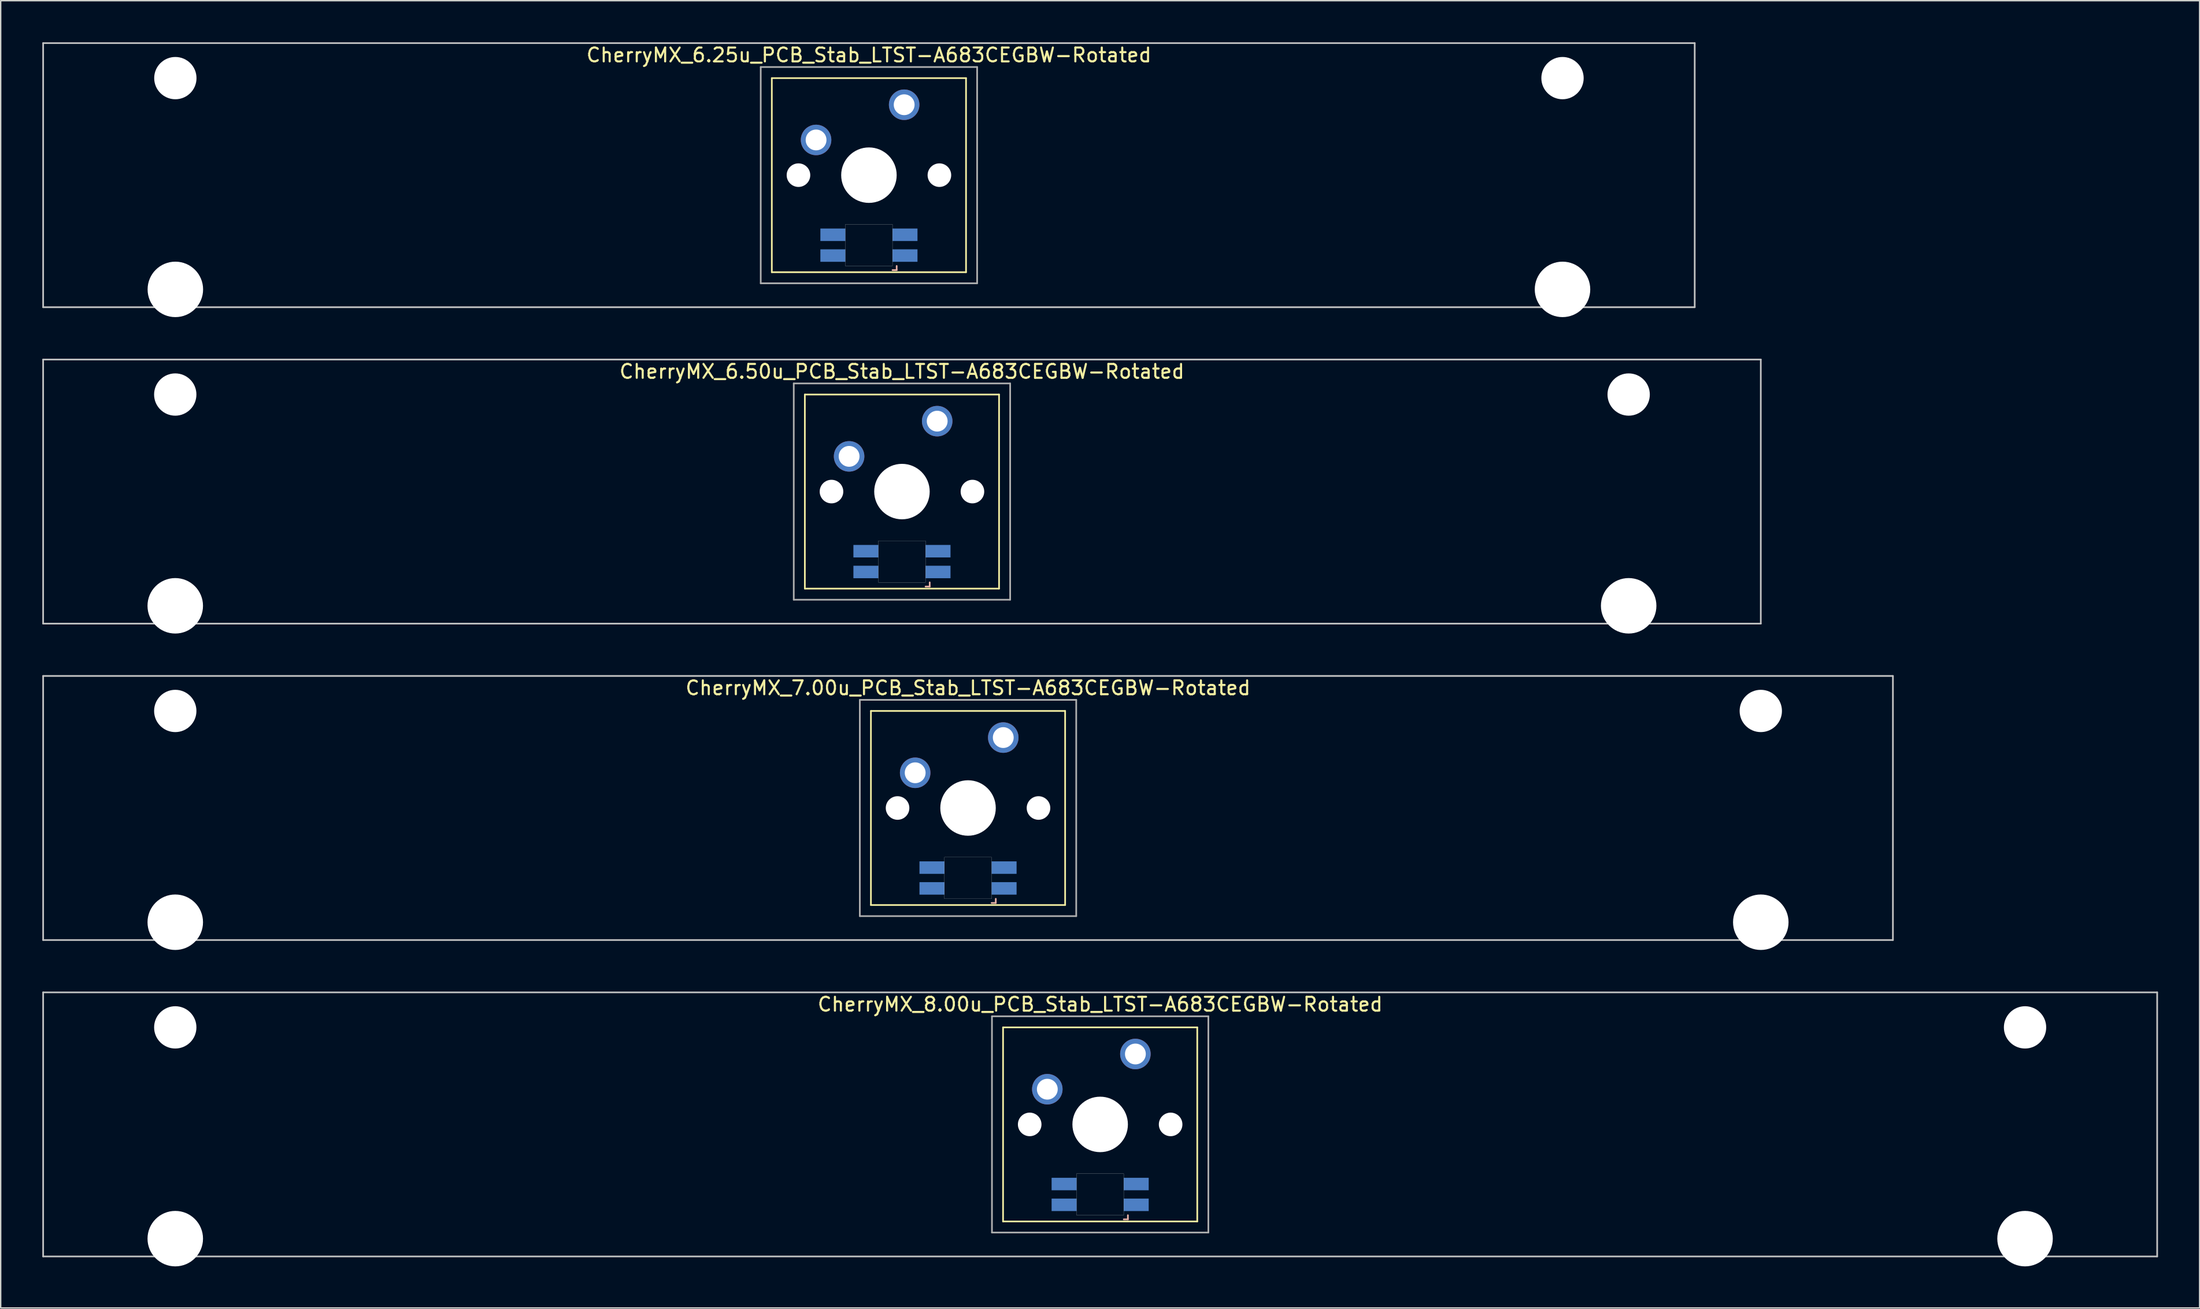
<source format=kicad_pcb>
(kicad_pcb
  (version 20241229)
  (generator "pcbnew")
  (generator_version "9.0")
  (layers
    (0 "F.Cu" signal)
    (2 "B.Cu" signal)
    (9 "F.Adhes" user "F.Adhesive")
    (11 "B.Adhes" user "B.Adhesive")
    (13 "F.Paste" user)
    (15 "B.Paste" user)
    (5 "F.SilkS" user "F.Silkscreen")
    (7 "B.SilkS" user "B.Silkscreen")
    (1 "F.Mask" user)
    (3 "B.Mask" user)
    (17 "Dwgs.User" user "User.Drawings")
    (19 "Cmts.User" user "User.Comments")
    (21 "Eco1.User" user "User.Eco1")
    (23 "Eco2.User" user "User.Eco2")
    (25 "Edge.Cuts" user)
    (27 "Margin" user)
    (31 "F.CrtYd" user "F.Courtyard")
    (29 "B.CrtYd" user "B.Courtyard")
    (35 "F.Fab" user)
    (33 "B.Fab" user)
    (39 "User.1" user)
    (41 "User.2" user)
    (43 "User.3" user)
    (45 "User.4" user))
  (footprint "CherryMX_6.50u_PCB_Stab_LTST-A683CEGBW-Rotated"
    (layer "F.Cu")
    (at 61.972 32.41)
    (property "Reference" "CherryMX_6.50u_PCB_Stab_LTST-A683CEGBW-Rotated" (at 0 -8.662 0) (layer "F.SilkS") (effects (font (size 1 1) (thickness 0.15))))
    (attr through_hole)
    (fp_line (start -7 -7) (end -7 7) (stroke (width 0.12) (type solid)) (layer "F.SilkS"))
    (fp_line (start -7 -7) (end 7 -7) (stroke (width 0.12) (type solid)) (layer "F.SilkS"))
    (fp_line (start 7 -7) (end 7 7) (stroke (width 0.12) (type solid)) (layer "F.SilkS"))
    (fp_line (start 7 7) (end -7 7) (stroke (width 0.12) (type solid)) (layer "F.SilkS"))
    (fp_line (start 1.7 6.85) (end 2 6.85) (stroke (width 0.12) (type solid)) (layer "B.SilkS"))
    (fp_line (start 2 6.85) (end 2 6.55) (stroke (width 0.12) (type solid)) (layer "B.SilkS"))
    (fp_line (start -61.913 -9.525) (end 61.913 -9.525) (stroke (width 0.12) (type solid)) (layer "Dwgs.User"))
    (fp_line (start -61.913 9.525) (end -61.913 -9.525) (stroke (width 0.12) (type solid)) (layer "Dwgs.User"))
    (fp_line (start 61.913 -9.525) (end 61.913 9.525) (stroke (width 0.12) (type solid)) (layer "Dwgs.User"))
    (fp_line (start 61.913 9.525) (end -61.913 9.525) (stroke (width 0.12) (type solid)) (layer "Dwgs.User"))
    (fp_poly (pts (xy -1.7 3.55) (xy 1.7 3.55) (xy 1.7 6.55) (xy -1.7 6.55)) (stroke (width 0.01) (type solid)) (fill no) (layer "Edge.Cuts"))
    (fp_line (start -7.8 -7.8) (end -7.8 7.8) (stroke (width 0.12) (type solid)) (layer "F.Fab"))
    (fp_line (start -7.8 -7.8) (end 7.8 -7.8) (stroke (width 0.12) (type solid)) (layer "F.Fab"))
    (fp_line (start -7.8 7.8) (end 7.8 7.8) (stroke (width 0.12) (type solid)) (layer "F.Fab"))
    (fp_line (start 7.8 -7.8) (end 7.8 7.8) (stroke (width 0.12) (type solid)) (layer "F.Fab"))
    (pad "" np_thru_hole circle (at -52.388 -7) (size 3.05 3.05) (drill 3.05) (layers "*.Cu" "*.Mask"))
    (pad "" np_thru_hole circle (at -52.388 8.24) (size 4 4) (drill 4) (layers "*.Cu" "*.Mask"))
    (pad "" np_thru_hole circle (at -5.08 0) (size 1.7 1.7) (drill 1.7) (layers "*.Cu" "*.Mask"))
    (pad "" np_thru_hole circle (at 0 0) (size 4 4) (drill 4) (layers "*.Cu" "*.Mask"))
    (pad "" np_thru_hole circle (at 5.08 0) (size 1.7 1.7) (drill 1.7) (layers "*.Cu" "*.Mask"))
    (pad "" np_thru_hole circle (at 52.388 -7) (size 3.05 3.05) (drill 3.05) (layers "*.Cu" "*.Mask"))
    (pad "" np_thru_hole circle (at 52.388 8.24) (size 4 4) (drill 4) (layers "*.Cu" "*.Mask"))
    (pad "1" thru_hole circle (at -3.81 -2.54) (size 2.2 2.2) (drill 1.5) (layers "*.Cu" "*.Mask"))
    (pad "2" thru_hole circle (at 2.54 -5.08) (size 2.2 2.2) (drill 1.5) (layers "*.Cu" "*.Mask"))
    (pad "3" smd rect (at 2.6 5.8 180) (size 1.8 0.9) (layers "B.Cu" "B.Mask" "B.Paste"))
    (pad "4" smd rect (at 2.6 4.3 180) (size 1.8 0.9) (layers "B.Cu" "B.Mask" "B.Paste"))
    (pad "5" smd rect (at -2.6 5.8 180) (size 1.8 0.9) (layers "B.Cu" "B.Mask" "B.Paste"))
    (pad "6" smd rect (at -2.6 4.3 180) (size 1.8 0.9) (layers "B.Cu" "B.Mask" "B.Paste")))
  (footprint "CherryMX_7.00u_PCB_Stab_LTST-A683CEGBW-Rotated"
    (layer "F.Cu")
    (at 66.735 55.235)
    (property "Reference" "CherryMX_7.00u_PCB_Stab_LTST-A683CEGBW-Rotated" (at 0 -8.662 0) (layer "F.SilkS") (effects (font (size 1 1) (thickness 0.15))))
    (attr through_hole)
    (fp_line (start -7 -7) (end -7 7) (stroke (width 0.12) (type solid)) (layer "F.SilkS"))
    (fp_line (start -7 -7) (end 7 -7) (stroke (width 0.12) (type solid)) (layer "F.SilkS"))
    (fp_line (start 7 -7) (end 7 7) (stroke (width 0.12) (type solid)) (layer "F.SilkS"))
    (fp_line (start 7 7) (end -7 7) (stroke (width 0.12) (type solid)) (layer "F.SilkS"))
    (fp_line (start 1.7 6.85) (end 2 6.85) (stroke (width 0.12) (type solid)) (layer "B.SilkS"))
    (fp_line (start 2 6.85) (end 2 6.55) (stroke (width 0.12) (type solid)) (layer "B.SilkS"))
    (fp_line (start -66.675 -9.525) (end 66.675 -9.525) (stroke (width 0.12) (type solid)) (layer "Dwgs.User"))
    (fp_line (start -66.675 9.525) (end -66.675 -9.525) (stroke (width 0.12) (type solid)) (layer "Dwgs.User"))
    (fp_line (start 66.675 -9.525) (end 66.675 9.525) (stroke (width 0.12) (type solid)) (layer "Dwgs.User"))
    (fp_line (start 66.675 9.525) (end -66.675 9.525) (stroke (width 0.12) (type solid)) (layer "Dwgs.User"))
    (fp_poly (pts (xy -1.7 3.55) (xy 1.7 3.55) (xy 1.7 6.55) (xy -1.7 6.55)) (stroke (width 0.01) (type solid)) (fill no) (layer "Edge.Cuts"))
    (fp_line (start -7.8 -7.8) (end -7.8 7.8) (stroke (width 0.12) (type solid)) (layer "F.Fab"))
    (fp_line (start -7.8 -7.8) (end 7.8 -7.8) (stroke (width 0.12) (type solid)) (layer "F.Fab"))
    (fp_line (start -7.8 7.8) (end 7.8 7.8) (stroke (width 0.12) (type solid)) (layer "F.Fab"))
    (fp_line (start 7.8 -7.8) (end 7.8 7.8) (stroke (width 0.12) (type solid)) (layer "F.Fab"))
    (pad "" np_thru_hole circle (at -57.15 -7) (size 3.05 3.05) (drill 3.05) (layers "*.Cu" "*.Mask"))
    (pad "" np_thru_hole circle (at -57.15 8.24) (size 4 4) (drill 4) (layers "*.Cu" "*.Mask"))
    (pad "" np_thru_hole circle (at -5.08 0) (size 1.7 1.7) (drill 1.7) (layers "*.Cu" "*.Mask"))
    (pad "" np_thru_hole circle (at 0 0) (size 4 4) (drill 4) (layers "*.Cu" "*.Mask"))
    (pad "" np_thru_hole circle (at 5.08 0) (size 1.7 1.7) (drill 1.7) (layers "*.Cu" "*.Mask"))
    (pad "" np_thru_hole circle (at 57.15 -7) (size 3.05 3.05) (drill 3.05) (layers "*.Cu" "*.Mask"))
    (pad "" np_thru_hole circle (at 57.15 8.24) (size 4 4) (drill 4) (layers "*.Cu" "*.Mask"))
    (pad "1" thru_hole circle (at -3.81 -2.54) (size 2.2 2.2) (drill 1.5) (layers "*.Cu" "*.Mask"))
    (pad "2" thru_hole circle (at 2.54 -5.08) (size 2.2 2.2) (drill 1.5) (layers "*.Cu" "*.Mask"))
    (pad "3" smd rect (at 2.6 5.8 180) (size 1.8 0.9) (layers "B.Cu" "B.Mask" "B.Paste"))
    (pad "4" smd rect (at 2.6 4.3 180) (size 1.8 0.9) (layers "B.Cu" "B.Mask" "B.Paste"))
    (pad "5" smd rect (at -2.6 5.8 180) (size 1.8 0.9) (layers "B.Cu" "B.Mask" "B.Paste"))
    (pad "6" smd rect (at -2.6 4.3 180) (size 1.8 0.9) (layers "B.Cu" "B.Mask" "B.Paste")))
  (footprint "CherryMX_8.00u_PCB_Stab_LTST-A683CEGBW-Rotated"
    (layer "F.Cu")
    (at 76.26 78.06)
    (property "Reference" "CherryMX_8.00u_PCB_Stab_LTST-A683CEGBW-Rotated" (at 0 -8.662 0) (layer "F.SilkS") (effects (font (size 1 1) (thickness 0.15))))
    (attr through_hole)
    (fp_line (start -7 -7) (end -7 7) (stroke (width 0.12) (type solid)) (layer "F.SilkS"))
    (fp_line (start -7 -7) (end 7 -7) (stroke (width 0.12) (type solid)) (layer "F.SilkS"))
    (fp_line (start 7 -7) (end 7 7) (stroke (width 0.12) (type solid)) (layer "F.SilkS"))
    (fp_line (start 7 7) (end -7 7) (stroke (width 0.12) (type solid)) (layer "F.SilkS"))
    (fp_line (start 1.7 6.85) (end 2 6.85) (stroke (width 0.12) (type solid)) (layer "B.SilkS"))
    (fp_line (start 2 6.85) (end 2 6.55) (stroke (width 0.12) (type solid)) (layer "B.SilkS"))
    (fp_line (start -76.2 -9.525) (end 76.2 -9.525) (stroke (width 0.12) (type solid)) (layer "Dwgs.User"))
    (fp_line (start -76.2 9.525) (end -76.2 -9.525) (stroke (width 0.12) (type solid)) (layer "Dwgs.User"))
    (fp_line (start 76.2 -9.525) (end 76.2 9.525) (stroke (width 0.12) (type solid)) (layer "Dwgs.User"))
    (fp_line (start 76.2 9.525) (end -76.2 9.525) (stroke (width 0.12) (type solid)) (layer "Dwgs.User"))
    (fp_poly (pts (xy -1.7 3.55) (xy 1.7 3.55) (xy 1.7 6.55) (xy -1.7 6.55)) (stroke (width 0.01) (type solid)) (fill no) (layer "Edge.Cuts"))
    (fp_line (start -7.8 -7.8) (end -7.8 7.8) (stroke (width 0.12) (type solid)) (layer "F.Fab"))
    (fp_line (start -7.8 -7.8) (end 7.8 -7.8) (stroke (width 0.12) (type solid)) (layer "F.Fab"))
    (fp_line (start -7.8 7.8) (end 7.8 7.8) (stroke (width 0.12) (type solid)) (layer "F.Fab"))
    (fp_line (start 7.8 -7.8) (end 7.8 7.8) (stroke (width 0.12) (type solid)) (layer "F.Fab"))
    (pad "" np_thru_hole circle (at -66.675 -7) (size 3.05 3.05) (drill 3.05) (layers "*.Cu" "*.Mask"))
    (pad "" np_thru_hole circle (at -66.675 8.24) (size 4 4) (drill 4) (layers "*.Cu" "*.Mask"))
    (pad "" np_thru_hole circle (at -5.08 0) (size 1.7 1.7) (drill 1.7) (layers "*.Cu" "*.Mask"))
    (pad "" np_thru_hole circle (at 0 0) (size 4 4) (drill 4) (layers "*.Cu" "*.Mask"))
    (pad "" np_thru_hole circle (at 5.08 0) (size 1.7 1.7) (drill 1.7) (layers "*.Cu" "*.Mask"))
    (pad "" np_thru_hole circle (at 66.675 -7) (size 3.05 3.05) (drill 3.05) (layers "*.Cu" "*.Mask"))
    (pad "" np_thru_hole circle (at 66.675 8.24) (size 4 4) (drill 4) (layers "*.Cu" "*.Mask"))
    (pad "1" thru_hole circle (at -3.81 -2.54) (size 2.2 2.2) (drill 1.5) (layers "*.Cu" "*.Mask"))
    (pad "2" thru_hole circle (at 2.54 -5.08) (size 2.2 2.2) (drill 1.5) (layers "*.Cu" "*.Mask"))
    (pad "3" smd rect (at 2.6 5.8 180) (size 1.8 0.9) (layers "B.Cu" "B.Mask" "B.Paste"))
    (pad "4" smd rect (at 2.6 4.3 180) (size 1.8 0.9) (layers "B.Cu" "B.Mask" "B.Paste"))
    (pad "5" smd rect (at -2.6 5.8 180) (size 1.8 0.9) (layers "B.Cu" "B.Mask" "B.Paste"))
    (pad "6" smd rect (at -2.6 4.3 180) (size 1.8 0.9) (layers "B.Cu" "B.Mask" "B.Paste")))
  (footprint "CherryMX_6.25u_PCB_Stab_LTST-A683CEGBW-Rotated"
    (layer "F.Cu")
    (at 59.591 9.585)
    (property "Reference" "CherryMX_6.25u_PCB_Stab_LTST-A683CEGBW-Rotated" (at 0 -8.662 0) (layer "F.SilkS") (effects (font (size 1 1) (thickness 0.15))))
    (attr through_hole)
    (fp_line (start -7 -7) (end -7 7) (stroke (width 0.12) (type solid)) (layer "F.SilkS"))
    (fp_line (start -7 -7) (end 7 -7) (stroke (width 0.12) (type solid)) (layer "F.SilkS"))
    (fp_line (start 7 -7) (end 7 7) (stroke (width 0.12) (type solid)) (layer "F.SilkS"))
    (fp_line (start 7 7) (end -7 7) (stroke (width 0.12) (type solid)) (layer "F.SilkS"))
    (fp_line (start 1.7 6.85) (end 2 6.85) (stroke (width 0.12) (type solid)) (layer "B.SilkS"))
    (fp_line (start 2 6.85) (end 2 6.55) (stroke (width 0.12) (type solid)) (layer "B.SilkS"))
    (fp_line (start -59.531 -9.525) (end 59.531 -9.525) (stroke (width 0.12) (type solid)) (layer "Dwgs.User"))
    (fp_line (start -59.531 9.525) (end -59.531 -9.525) (stroke (width 0.12) (type solid)) (layer "Dwgs.User"))
    (fp_line (start 59.531 -9.525) (end 59.531 9.525) (stroke (width 0.12) (type solid)) (layer "Dwgs.User"))
    (fp_line (start 59.531 9.525) (end -59.531 9.525) (stroke (width 0.12) (type solid)) (layer "Dwgs.User"))
    (fp_poly (pts (xy -1.7 3.55) (xy 1.7 3.55) (xy 1.7 6.55) (xy -1.7 6.55)) (stroke (width 0.01) (type solid)) (fill no) (layer "Edge.Cuts"))
    (fp_line (start -7.8 -7.8) (end -7.8 7.8) (stroke (width 0.12) (type solid)) (layer "F.Fab"))
    (fp_line (start -7.8 -7.8) (end 7.8 -7.8) (stroke (width 0.12) (type solid)) (layer "F.Fab"))
    (fp_line (start -7.8 7.8) (end 7.8 7.8) (stroke (width 0.12) (type solid)) (layer "F.Fab"))
    (fp_line (start 7.8 -7.8) (end 7.8 7.8) (stroke (width 0.12) (type solid)) (layer "F.Fab"))
    (pad "" np_thru_hole circle (at -50 -7) (size 3.05 3.05) (drill 3.05) (layers "*.Cu" "*.Mask"))
    (pad "" np_thru_hole circle (at -50 8.24) (size 4 4) (drill 4) (layers "*.Cu" "*.Mask"))
    (pad "" np_thru_hole circle (at -5.08 0) (size 1.7 1.7) (drill 1.7) (layers "*.Cu" "*.Mask"))
    (pad "" np_thru_hole circle (at 0 0) (size 4 4) (drill 4) (layers "*.Cu" "*.Mask"))
    (pad "" np_thru_hole circle (at 5.08 0) (size 1.7 1.7) (drill 1.7) (layers "*.Cu" "*.Mask"))
    (pad "" np_thru_hole circle (at 50 -7) (size 3.05 3.05) (drill 3.05) (layers "*.Cu" "*.Mask"))
    (pad "" np_thru_hole circle (at 50 8.24) (size 4 4) (drill 4) (layers "*.Cu" "*.Mask"))
    (pad "1" thru_hole circle (at -3.81 -2.54) (size 2.2 2.2) (drill 1.5) (layers "*.Cu" "*.Mask"))
    (pad "2" thru_hole circle (at 2.54 -5.08) (size 2.2 2.2) (drill 1.5) (layers "*.Cu" "*.Mask"))
    (pad "3" smd rect (at 2.6 5.8 180) (size 1.8 0.9) (layers "B.Cu" "B.Mask" "B.Paste"))
    (pad "4" smd rect (at 2.6 4.3 180) (size 1.8 0.9) (layers "B.Cu" "B.Mask" "B.Paste"))
    (pad "5" smd rect (at -2.6 5.8 180) (size 1.8 0.9) (layers "B.Cu" "B.Mask" "B.Paste"))
    (pad "6" smd rect (at -2.6 4.3 180) (size 1.8 0.9) (layers "B.Cu" "B.Mask" "B.Paste")))
  (gr_rect
    (start -3 -3)
    (end 155.52 91.3)
    (stroke (width 0.1) (type default))
    (fill no)
    (layer "Edge.Cuts")))
</source>
